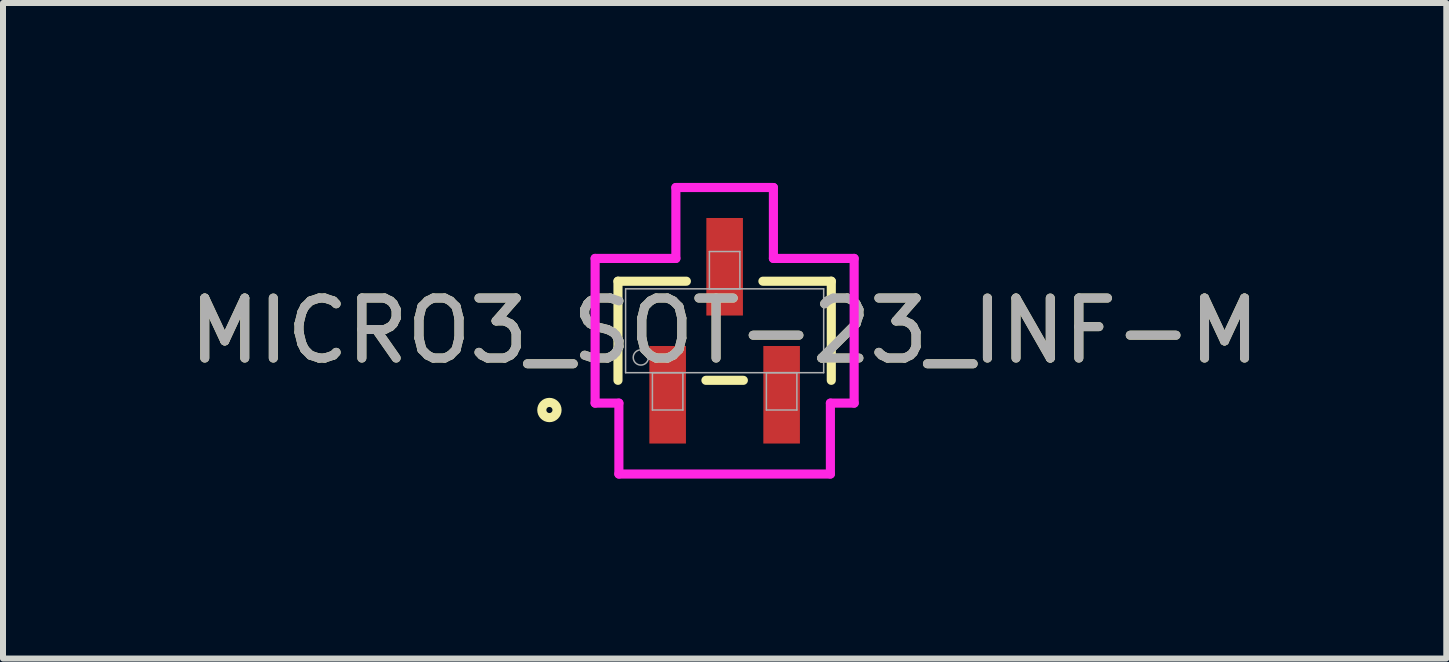
<source format=kicad_pcb>
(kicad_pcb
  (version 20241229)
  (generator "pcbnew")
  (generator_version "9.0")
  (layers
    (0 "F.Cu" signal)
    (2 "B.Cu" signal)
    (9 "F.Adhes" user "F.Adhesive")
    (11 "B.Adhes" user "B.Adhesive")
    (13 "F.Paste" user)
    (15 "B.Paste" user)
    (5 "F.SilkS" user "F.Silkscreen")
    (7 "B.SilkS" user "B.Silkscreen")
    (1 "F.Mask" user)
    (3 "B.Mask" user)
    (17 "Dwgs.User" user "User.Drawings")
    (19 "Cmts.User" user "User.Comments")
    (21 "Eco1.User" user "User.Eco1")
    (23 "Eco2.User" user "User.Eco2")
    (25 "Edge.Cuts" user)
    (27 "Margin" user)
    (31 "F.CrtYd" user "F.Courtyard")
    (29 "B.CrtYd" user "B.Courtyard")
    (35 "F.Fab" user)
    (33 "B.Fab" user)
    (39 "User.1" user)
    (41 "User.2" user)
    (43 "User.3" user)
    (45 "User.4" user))
  (footprint "MICRO3_SOT-23_INF-M"
    (layer "F.Cu")
    (at 9.03 2.464)
    (property "Reference" "MICRO3_SOT-23_INF-M" (at 0 0 0) (unlocked yes) (layer "F.SilkS") (effects (font (size 1 1) (thickness 0.15))))
    (attr smd)
    (fp_line (start -1.778 -0.826) (end -1.778 0.826) (stroke (width 0.152) (type solid)) (layer "F.SilkS"))
    (fp_line (start -0.638 -0.826) (end -1.778 -0.826) (stroke (width 0.152) (type solid)) (layer "F.SilkS"))
    (fp_line (start -0.312 0.826) (end 0.312 0.826) (stroke (width 0.152) (type solid)) (layer "F.SilkS"))
    (fp_line (start 1.778 -0.826) (end 0.638 -0.826) (stroke (width 0.152) (type solid)) (layer "F.SilkS"))
    (fp_line (start 1.778 0.826) (end 1.778 -0.826) (stroke (width 0.152) (type solid)) (layer "F.SilkS"))
    (fp_circle (center -2.921 1.321) (end -2.794 1.321) (stroke (width 0.152) (type solid)) (fill no) (layer "F.SilkS"))
    (fp_line (start -2.159 -1.206) (end -0.813 -1.206) (stroke (width 0.152) (type solid)) (layer "F.CrtYd"))
    (fp_line (start -2.159 1.206) (end -2.159 -1.206) (stroke (width 0.152) (type solid)) (layer "F.CrtYd"))
    (fp_line (start -2.159 1.206) (end -1.763 1.206) (stroke (width 0.152) (type solid)) (layer "F.CrtYd"))
    (fp_line (start -1.763 1.206) (end -1.763 2.388) (stroke (width 0.152) (type solid)) (layer "F.CrtYd"))
    (fp_line (start -1.763 2.388) (end 1.763 2.388) (stroke (width 0.152) (type solid)) (layer "F.CrtYd"))
    (fp_line (start -0.813 -2.388) (end 0.813 -2.388) (stroke (width 0.152) (type solid)) (layer "F.CrtYd"))
    (fp_line (start -0.813 -1.206) (end -0.813 -2.388) (stroke (width 0.152) (type solid)) (layer "F.CrtYd"))
    (fp_line (start 0.813 -1.206) (end 0.813 -2.388) (stroke (width 0.152) (type solid)) (layer "F.CrtYd"))
    (fp_line (start 1.763 1.206) (end 1.763 2.388) (stroke (width 0.152) (type solid)) (layer "F.CrtYd"))
    (fp_line (start 2.159 -1.206) (end 0.813 -1.206) (stroke (width 0.152) (type solid)) (layer "F.CrtYd"))
    (fp_line (start 2.159 -1.206) (end 2.159 1.206) (stroke (width 0.152) (type solid)) (layer "F.CrtYd"))
    (fp_line (start 2.159 1.206) (end 1.763 1.206) (stroke (width 0.152) (type solid)) (layer "F.CrtYd"))
    (fp_line (start -1.651 -0.699) (end -1.651 0.699) (stroke (width 0.025) (type solid)) (layer "F.Fab"))
    (fp_line (start -1.651 0.699) (end 1.651 0.699) (stroke (width 0.025) (type solid)) (layer "F.Fab"))
    (fp_line (start -1.204 0.699) (end -1.204 1.321) (stroke (width 0.025) (type solid)) (layer "F.Fab"))
    (fp_line (start -1.204 1.321) (end -0.696 1.321) (stroke (width 0.025) (type solid)) (layer "F.Fab"))
    (fp_line (start -0.696 0.699) (end -1.204 0.699) (stroke (width 0.025) (type solid)) (layer "F.Fab"))
    (fp_line (start -0.696 1.321) (end -0.696 0.699) (stroke (width 0.025) (type solid)) (layer "F.Fab"))
    (fp_line (start -0.254 -1.321) (end -0.254 -0.699) (stroke (width 0.025) (type solid)) (layer "F.Fab"))
    (fp_line (start -0.254 -0.699) (end 0.254 -0.699) (stroke (width 0.025) (type solid)) (layer "F.Fab"))
    (fp_line (start 0.254 -1.321) (end -0.254 -1.321) (stroke (width 0.025) (type solid)) (layer "F.Fab"))
    (fp_line (start 0.254 -0.699) (end 0.254 -1.321) (stroke (width 0.025) (type solid)) (layer "F.Fab"))
    (fp_line (start 0.696 0.699) (end 0.696 1.321) (stroke (width 0.025) (type solid)) (layer "F.Fab"))
    (fp_line (start 0.696 1.321) (end 1.204 1.321) (stroke (width 0.025) (type solid)) (layer "F.Fab"))
    (fp_line (start 1.204 0.699) (end 0.696 0.699) (stroke (width 0.025) (type solid)) (layer "F.Fab"))
    (fp_line (start 1.204 1.321) (end 1.204 0.699) (stroke (width 0.025) (type solid)) (layer "F.Fab"))
    (fp_line (start 1.651 -0.699) (end -1.651 -0.699) (stroke (width 0.025) (type solid)) (layer "F.Fab"))
    (fp_line (start 1.651 0.699) (end 1.651 -0.699) (stroke (width 0.025) (type solid)) (layer "F.Fab"))
    (fp_circle (center -1.397 0.445) (end -1.27 0.445) (stroke (width 0.025) (type solid)) (fill no) (layer "F.Fab"))
    (fp_text user "${REFERENCE}" (at 0 0 0) (unlocked yes) (layer "F.Fab") (effects (font (size 1 1) (thickness 0.15))))
    (pad "1" smd rect (at -0.95 1.067) (size 0.61 1.626) (layers "F.Cu" "F.Mask" "F.Paste"))
    (pad "2" smd rect (at 0.95 1.067) (size 0.61 1.626) (layers "F.Cu" "F.Mask" "F.Paste"))
    (pad "3" smd rect (at 0 -1.067) (size 0.61 1.626) (layers "F.Cu" "F.Mask" "F.Paste")))
  (gr_rect
    (start -3 -3)
    (end 21.06 7.928)
    (stroke (width 0.1) (type default))
    (fill no)
    (layer "Edge.Cuts")))
</source>
